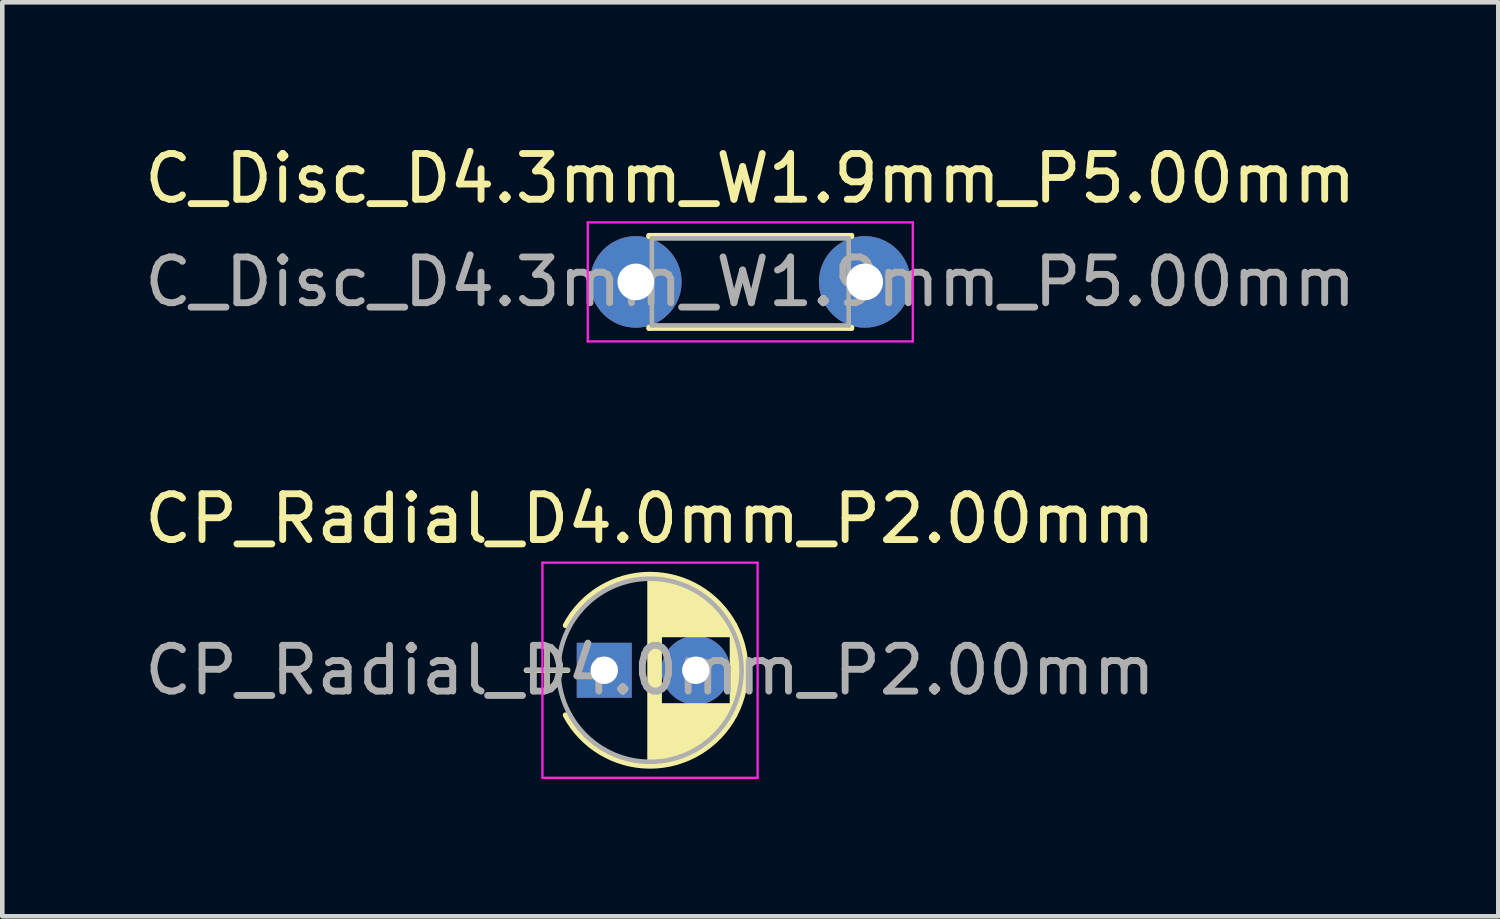
<source format=kicad_pcb>
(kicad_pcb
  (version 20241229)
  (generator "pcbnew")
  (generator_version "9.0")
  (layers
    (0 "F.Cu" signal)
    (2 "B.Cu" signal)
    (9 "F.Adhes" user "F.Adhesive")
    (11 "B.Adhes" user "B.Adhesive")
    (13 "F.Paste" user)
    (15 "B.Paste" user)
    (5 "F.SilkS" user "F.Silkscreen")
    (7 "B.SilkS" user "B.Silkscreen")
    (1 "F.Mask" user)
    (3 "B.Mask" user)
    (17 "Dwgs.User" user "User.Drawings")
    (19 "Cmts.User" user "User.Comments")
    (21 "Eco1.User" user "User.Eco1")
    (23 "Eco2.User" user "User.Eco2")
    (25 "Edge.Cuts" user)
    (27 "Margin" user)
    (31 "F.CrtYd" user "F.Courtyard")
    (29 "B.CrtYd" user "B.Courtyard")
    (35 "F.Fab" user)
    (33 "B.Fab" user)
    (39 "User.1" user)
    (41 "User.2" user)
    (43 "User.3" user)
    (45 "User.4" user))
  (footprint "C_Disc_D4.3mm_W1.9mm_P5.00mm"
    (layer "F.Cu")
    (at 10.839 3.108)
    (property "Reference" "C_Disc_D4.3mm_W1.9mm_P5.00mm" (at 2.5 -2.26 0) (layer "F.SilkS") (effects (font (size 1 1) (thickness 0.15))))
    (attr through_hole)
    (fp_line (start 0.29 -1.01) (end 0.29 -0.996) (stroke (width 0.12) (type solid)) (layer "F.SilkS"))
    (fp_line (start 0.29 -1.01) (end 4.71 -1.01) (stroke (width 0.12) (type solid)) (layer "F.SilkS"))
    (fp_line (start 0.29 0.996) (end 0.29 1.01) (stroke (width 0.12) (type solid)) (layer "F.SilkS"))
    (fp_line (start 0.29 1.01) (end 4.71 1.01) (stroke (width 0.12) (type solid)) (layer "F.SilkS"))
    (fp_line (start 4.71 -1.01) (end 4.71 -0.996) (stroke (width 0.12) (type solid)) (layer "F.SilkS"))
    (fp_line (start 4.71 0.996) (end 4.71 1.01) (stroke (width 0.12) (type solid)) (layer "F.SilkS"))
    (fp_line (start -1.05 -1.3) (end -1.05 1.3) (stroke (width 0.05) (type solid)) (layer "F.CrtYd"))
    (fp_line (start -1.05 1.3) (end 6.05 1.3) (stroke (width 0.05) (type solid)) (layer "F.CrtYd"))
    (fp_line (start 6.05 -1.3) (end -1.05 -1.3) (stroke (width 0.05) (type solid)) (layer "F.CrtYd"))
    (fp_line (start 6.05 1.3) (end 6.05 -1.3) (stroke (width 0.05) (type solid)) (layer "F.CrtYd"))
    (fp_line (start 0.35 -0.95) (end 0.35 0.95) (stroke (width 0.1) (type solid)) (layer "F.Fab"))
    (fp_line (start 0.35 0.95) (end 4.65 0.95) (stroke (width 0.1) (type solid)) (layer "F.Fab"))
    (fp_line (start 4.65 -0.95) (end 0.35 -0.95) (stroke (width 0.1) (type solid)) (layer "F.Fab"))
    (fp_line (start 4.65 0.95) (end 4.65 -0.95) (stroke (width 0.1) (type solid)) (layer "F.Fab"))
    (fp_text user "${REFERENCE}" (at 2.5 0 0) (layer "F.Fab") (effects (font (size 1 1) (thickness 0.15))))
    (pad "1" thru_hole circle (at 0 0) (size 2 2) (drill 0.8) (layers "*.Cu" "*.Mask"))
    (pad "2" thru_hole circle (at 5 0) (size 2 2) (drill 0.8) (layers "*.Cu" "*.Mask")))
  (footprint "CP_Radial_D4.0mm_P2.00mm"
    (layer "F.Cu")
    (at 10.149 11.591)
    (property "Reference" "CP_Radial_D4.0mm_P2.00mm" (at 1 -3.31 0) (layer "F.SilkS") (effects (font (size 1 1) (thickness 0.15))))
    (attr through_hole)
    (fp_line (start -1.7 0) (end -0.8 0) (stroke (width 0.12) (type solid)) (layer "F.SilkS"))
    (fp_line (start -1.25 -0.45) (end -1.25 0.45) (stroke (width 0.12) (type solid)) (layer "F.SilkS"))
    (fp_line (start 1 -2.05) (end 1 2.05) (stroke (width 0.12) (type solid)) (layer "F.SilkS"))
    (fp_line (start 1.04 -2.05) (end 1.04 2.05) (stroke (width 0.12) (type solid)) (layer "F.SilkS"))
    (fp_line (start 1.08 -2.049) (end 1.08 2.049) (stroke (width 0.12) (type solid)) (layer "F.SilkS"))
    (fp_line (start 1.12 -2.047) (end 1.12 2.047) (stroke (width 0.12) (type solid)) (layer "F.SilkS"))
    (fp_line (start 1.16 -2.044) (end 1.16 2.044) (stroke (width 0.12) (type solid)) (layer "F.SilkS"))
    (fp_line (start 1.2 -2.041) (end 1.2 2.041) (stroke (width 0.12) (type solid)) (layer "F.SilkS"))
    (fp_line (start 1.24 -2.037) (end 1.24 -0.78) (stroke (width 0.12) (type solid)) (layer "F.SilkS"))
    (fp_line (start 1.24 0.78) (end 1.24 2.037) (stroke (width 0.12) (type solid)) (layer "F.SilkS"))
    (fp_line (start 1.28 -2.032) (end 1.28 -0.78) (stroke (width 0.12) (type solid)) (layer "F.SilkS"))
    (fp_line (start 1.28 0.78) (end 1.28 2.032) (stroke (width 0.12) (type solid)) (layer "F.SilkS"))
    (fp_line (start 1.32 -2.026) (end 1.32 -0.78) (stroke (width 0.12) (type solid)) (layer "F.SilkS"))
    (fp_line (start 1.32 0.78) (end 1.32 2.026) (stroke (width 0.12) (type solid)) (layer "F.SilkS"))
    (fp_line (start 1.36 -2.019) (end 1.36 -0.78) (stroke (width 0.12) (type solid)) (layer "F.SilkS"))
    (fp_line (start 1.36 0.78) (end 1.36 2.019) (stroke (width 0.12) (type solid)) (layer "F.SilkS"))
    (fp_line (start 1.4 -2.012) (end 1.4 -0.78) (stroke (width 0.12) (type solid)) (layer "F.SilkS"))
    (fp_line (start 1.4 0.78) (end 1.4 2.012) (stroke (width 0.12) (type solid)) (layer "F.SilkS"))
    (fp_line (start 1.44 -2.004) (end 1.44 -0.78) (stroke (width 0.12) (type solid)) (layer "F.SilkS"))
    (fp_line (start 1.44 0.78) (end 1.44 2.004) (stroke (width 0.12) (type solid)) (layer "F.SilkS"))
    (fp_line (start 1.48 -1.995) (end 1.48 -0.78) (stroke (width 0.12) (type solid)) (layer "F.SilkS"))
    (fp_line (start 1.48 0.78) (end 1.48 1.995) (stroke (width 0.12) (type solid)) (layer "F.SilkS"))
    (fp_line (start 1.52 -1.985) (end 1.52 -0.78) (stroke (width 0.12) (type solid)) (layer "F.SilkS"))
    (fp_line (start 1.52 0.78) (end 1.52 1.985) (stroke (width 0.12) (type solid)) (layer "F.SilkS"))
    (fp_line (start 1.56 -1.974) (end 1.56 -0.78) (stroke (width 0.12) (type solid)) (layer "F.SilkS"))
    (fp_line (start 1.56 0.78) (end 1.56 1.974) (stroke (width 0.12) (type solid)) (layer "F.SilkS"))
    (fp_line (start 1.6 -1.963) (end 1.6 -0.78) (stroke (width 0.12) (type solid)) (layer "F.SilkS"))
    (fp_line (start 1.6 0.78) (end 1.6 1.963) (stroke (width 0.12) (type solid)) (layer "F.SilkS"))
    (fp_line (start 1.64 -1.95) (end 1.64 -0.78) (stroke (width 0.12) (type solid)) (layer "F.SilkS"))
    (fp_line (start 1.64 0.78) (end 1.64 1.95) (stroke (width 0.12) (type solid)) (layer "F.SilkS"))
    (fp_line (start 1.68 -1.937) (end 1.68 -0.78) (stroke (width 0.12) (type solid)) (layer "F.SilkS"))
    (fp_line (start 1.68 0.78) (end 1.68 1.937) (stroke (width 0.12) (type solid)) (layer "F.SilkS"))
    (fp_line (start 1.721 -1.923) (end 1.721 -0.78) (stroke (width 0.12) (type solid)) (layer "F.SilkS"))
    (fp_line (start 1.721 0.78) (end 1.721 1.923) (stroke (width 0.12) (type solid)) (layer "F.SilkS"))
    (fp_line (start 1.761 -1.907) (end 1.761 -0.78) (stroke (width 0.12) (type solid)) (layer "F.SilkS"))
    (fp_line (start 1.761 0.78) (end 1.761 1.907) (stroke (width 0.12) (type solid)) (layer "F.SilkS"))
    (fp_line (start 1.801 -1.891) (end 1.801 -0.78) (stroke (width 0.12) (type solid)) (layer "F.SilkS"))
    (fp_line (start 1.801 0.78) (end 1.801 1.891) (stroke (width 0.12) (type solid)) (layer "F.SilkS"))
    (fp_line (start 1.841 -1.874) (end 1.841 -0.78) (stroke (width 0.12) (type solid)) (layer "F.SilkS"))
    (fp_line (start 1.841 0.78) (end 1.841 1.874) (stroke (width 0.12) (type solid)) (layer "F.SilkS"))
    (fp_line (start 1.881 -1.856) (end 1.881 -0.78) (stroke (width 0.12) (type solid)) (layer "F.SilkS"))
    (fp_line (start 1.881 0.78) (end 1.881 1.856) (stroke (width 0.12) (type solid)) (layer "F.SilkS"))
    (fp_line (start 1.921 -1.837) (end 1.921 -0.78) (stroke (width 0.12) (type solid)) (layer "F.SilkS"))
    (fp_line (start 1.921 0.78) (end 1.921 1.837) (stroke (width 0.12) (type solid)) (layer "F.SilkS"))
    (fp_line (start 1.961 -1.817) (end 1.961 -0.78) (stroke (width 0.12) (type solid)) (layer "F.SilkS"))
    (fp_line (start 1.961 0.78) (end 1.961 1.817) (stroke (width 0.12) (type solid)) (layer "F.SilkS"))
    (fp_line (start 2.001 -1.796) (end 2.001 -0.78) (stroke (width 0.12) (type solid)) (layer "F.SilkS"))
    (fp_line (start 2.001 0.78) (end 2.001 1.796) (stroke (width 0.12) (type solid)) (layer "F.SilkS"))
    (fp_line (start 2.041 -1.773) (end 2.041 -0.78) (stroke (width 0.12) (type solid)) (layer "F.SilkS"))
    (fp_line (start 2.041 0.78) (end 2.041 1.773) (stroke (width 0.12) (type solid)) (layer "F.SilkS"))
    (fp_line (start 2.081 -1.75) (end 2.081 -0.78) (stroke (width 0.12) (type solid)) (layer "F.SilkS"))
    (fp_line (start 2.081 0.78) (end 2.081 1.75) (stroke (width 0.12) (type solid)) (layer "F.SilkS"))
    (fp_line (start 2.121 -1.725) (end 2.121 -0.78) (stroke (width 0.12) (type solid)) (layer "F.SilkS"))
    (fp_line (start 2.121 0.78) (end 2.121 1.725) (stroke (width 0.12) (type solid)) (layer "F.SilkS"))
    (fp_line (start 2.161 -1.699) (end 2.161 -0.78) (stroke (width 0.12) (type solid)) (layer "F.SilkS"))
    (fp_line (start 2.161 0.78) (end 2.161 1.699) (stroke (width 0.12) (type solid)) (layer "F.SilkS"))
    (fp_line (start 2.201 -1.672) (end 2.201 -0.78) (stroke (width 0.12) (type solid)) (layer "F.SilkS"))
    (fp_line (start 2.201 0.78) (end 2.201 1.672) (stroke (width 0.12) (type solid)) (layer "F.SilkS"))
    (fp_line (start 2.241 -1.643) (end 2.241 -0.78) (stroke (width 0.12) (type solid)) (layer "F.SilkS"))
    (fp_line (start 2.241 0.78) (end 2.241 1.643) (stroke (width 0.12) (type solid)) (layer "F.SilkS"))
    (fp_line (start 2.281 -1.613) (end 2.281 -0.78) (stroke (width 0.12) (type solid)) (layer "F.SilkS"))
    (fp_line (start 2.281 0.78) (end 2.281 1.613) (stroke (width 0.12) (type solid)) (layer "F.SilkS"))
    (fp_line (start 2.321 -1.581) (end 2.321 -0.78) (stroke (width 0.12) (type solid)) (layer "F.SilkS"))
    (fp_line (start 2.321 0.78) (end 2.321 1.581) (stroke (width 0.12) (type solid)) (layer "F.SilkS"))
    (fp_line (start 2.361 -1.547) (end 2.361 -0.78) (stroke (width 0.12) (type solid)) (layer "F.SilkS"))
    (fp_line (start 2.361 0.78) (end 2.361 1.547) (stroke (width 0.12) (type solid)) (layer "F.SilkS"))
    (fp_line (start 2.401 -1.512) (end 2.401 -0.78) (stroke (width 0.12) (type solid)) (layer "F.SilkS"))
    (fp_line (start 2.401 0.78) (end 2.401 1.512) (stroke (width 0.12) (type solid)) (layer "F.SilkS"))
    (fp_line (start 2.441 -1.475) (end 2.441 -0.78) (stroke (width 0.12) (type solid)) (layer "F.SilkS"))
    (fp_line (start 2.441 0.78) (end 2.441 1.475) (stroke (width 0.12) (type solid)) (layer "F.SilkS"))
    (fp_line (start 2.481 -1.436) (end 2.481 -0.78) (stroke (width 0.12) (type solid)) (layer "F.SilkS"))
    (fp_line (start 2.481 0.78) (end 2.481 1.436) (stroke (width 0.12) (type solid)) (layer "F.SilkS"))
    (fp_line (start 2.521 -1.395) (end 2.521 -0.78) (stroke (width 0.12) (type solid)) (layer "F.SilkS"))
    (fp_line (start 2.521 0.78) (end 2.521 1.395) (stroke (width 0.12) (type solid)) (layer "F.SilkS"))
    (fp_line (start 2.561 -1.351) (end 2.561 -0.78) (stroke (width 0.12) (type solid)) (layer "F.SilkS"))
    (fp_line (start 2.561 0.78) (end 2.561 1.351) (stroke (width 0.12) (type solid)) (layer "F.SilkS"))
    (fp_line (start 2.601 -1.305) (end 2.601 -0.78) (stroke (width 0.12) (type solid)) (layer "F.SilkS"))
    (fp_line (start 2.601 0.78) (end 2.601 1.305) (stroke (width 0.12) (type solid)) (layer "F.SilkS"))
    (fp_line (start 2.641 -1.256) (end 2.641 -0.78) (stroke (width 0.12) (type solid)) (layer "F.SilkS"))
    (fp_line (start 2.641 0.78) (end 2.641 1.256) (stroke (width 0.12) (type solid)) (layer "F.SilkS"))
    (fp_line (start 2.681 -1.204) (end 2.681 -0.78) (stroke (width 0.12) (type solid)) (layer "F.SilkS"))
    (fp_line (start 2.681 0.78) (end 2.681 1.204) (stroke (width 0.12) (type solid)) (layer "F.SilkS"))
    (fp_line (start 2.721 -1.148) (end 2.721 -0.78) (stroke (width 0.12) (type solid)) (layer "F.SilkS"))
    (fp_line (start 2.721 0.78) (end 2.721 1.148) (stroke (width 0.12) (type solid)) (layer "F.SilkS"))
    (fp_line (start 2.761 -1.088) (end 2.761 -0.78) (stroke (width 0.12) (type solid)) (layer "F.SilkS"))
    (fp_line (start 2.761 0.78) (end 2.761 1.088) (stroke (width 0.12) (type solid)) (layer "F.SilkS"))
    (fp_line (start 2.801 -1.023) (end 2.801 1.023) (stroke (width 0.12) (type solid)) (layer "F.SilkS"))
    (fp_line (start 2.841 -0.952) (end 2.841 0.952) (stroke (width 0.12) (type solid)) (layer "F.SilkS"))
    (fp_line (start 2.881 -0.874) (end 2.881 0.874) (stroke (width 0.12) (type solid)) (layer "F.SilkS"))
    (fp_line (start 2.921 -0.786) (end 2.921 0.786) (stroke (width 0.12) (type solid)) (layer "F.SilkS"))
    (fp_line (start 2.961 -0.686) (end 2.961 0.686) (stroke (width 0.12) (type solid)) (layer "F.SilkS"))
    (fp_line (start 3.001 -0.567) (end 3.001 0.567) (stroke (width 0.12) (type solid)) (layer "F.SilkS"))
    (fp_line (start 3.041 -0.415) (end 3.041 0.415) (stroke (width 0.12) (type solid)) (layer "F.SilkS"))
    (fp_line (start 3.081 -0.165) (end 3.081 0.165) (stroke (width 0.12) (type solid)) (layer "F.SilkS"))
    (fp_arc (start -0.845996 -0.98) (mid 1.00047 -2.09) (end 2.846436 -0.97917) (stroke (width 0.12) (type solid)) (layer "F.SilkS"))
    (fp_arc (start 2.845996 -0.98) (mid 3.09 -0.00047) (end 2.846436 0.97917) (stroke (width 0.12) (type solid)) (layer "F.SilkS"))
    (fp_arc (start 2.846436 0.97917) (mid 1.00047 2.09) (end -0.845996 0.98) (stroke (width 0.12) (type solid)) (layer "F.SilkS"))
    (fp_line (start -1.35 -2.35) (end -1.35 2.35) (stroke (width 0.05) (type solid)) (layer "F.CrtYd"))
    (fp_line (start -1.35 2.35) (end 3.35 2.35) (stroke (width 0.05) (type solid)) (layer "F.CrtYd"))
    (fp_line (start 3.35 -2.35) (end -1.35 -2.35) (stroke (width 0.05) (type solid)) (layer "F.CrtYd"))
    (fp_line (start 3.35 2.35) (end 3.35 -2.35) (stroke (width 0.05) (type solid)) (layer "F.CrtYd"))
    (fp_line (start -1.7 0) (end -0.8 0) (stroke (width 0.1) (type solid)) (layer "F.Fab"))
    (fp_line (start -1.25 -0.45) (end -1.25 0.45) (stroke (width 0.1) (type solid)) (layer "F.Fab"))
    (fp_circle (center 1 0) (end 3 0) (stroke (width 0.1) (type solid)) (fill no) (layer "F.Fab"))
    (fp_text user "${REFERENCE}" (at 1 0 0) (layer "F.Fab") (effects (font (size 1 1) (thickness 0.15))))
    (pad "1" thru_hole rect (at 0 0) (size 1.2 1.2) (drill 0.6) (layers "*.Cu" "*.Mask"))
    (pad "2" thru_hole circle (at 2 0) (size 1.5 1.5) (drill 0.6) (layers "*.Cu" "*.Mask")))
  (gr_rect
    (start -3 -3)
    (end 29.679 16.966)
    (stroke (width 0.1) (type default))
    (fill no)
    (layer "Edge.Cuts")))
</source>
